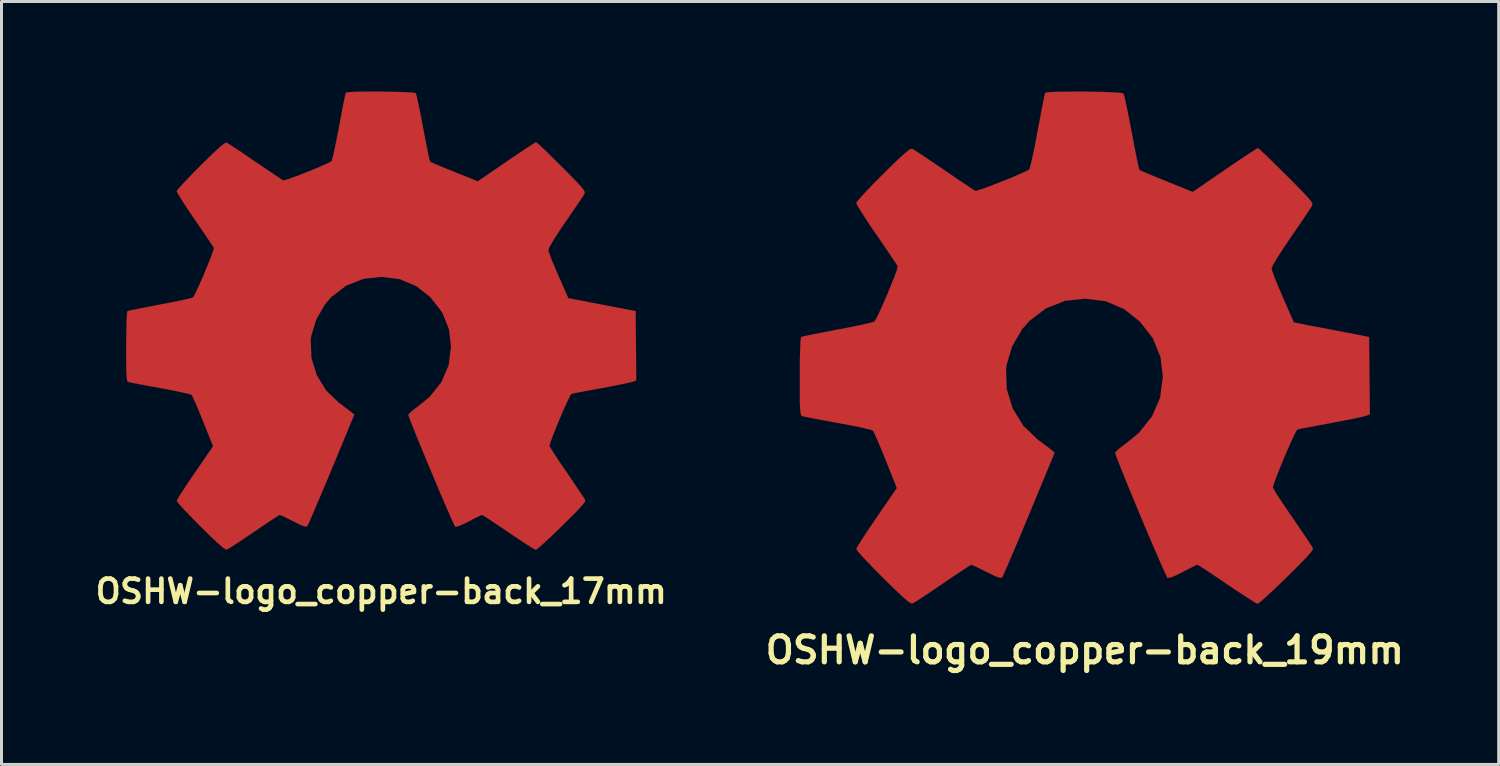
<source format=kicad_pcb>
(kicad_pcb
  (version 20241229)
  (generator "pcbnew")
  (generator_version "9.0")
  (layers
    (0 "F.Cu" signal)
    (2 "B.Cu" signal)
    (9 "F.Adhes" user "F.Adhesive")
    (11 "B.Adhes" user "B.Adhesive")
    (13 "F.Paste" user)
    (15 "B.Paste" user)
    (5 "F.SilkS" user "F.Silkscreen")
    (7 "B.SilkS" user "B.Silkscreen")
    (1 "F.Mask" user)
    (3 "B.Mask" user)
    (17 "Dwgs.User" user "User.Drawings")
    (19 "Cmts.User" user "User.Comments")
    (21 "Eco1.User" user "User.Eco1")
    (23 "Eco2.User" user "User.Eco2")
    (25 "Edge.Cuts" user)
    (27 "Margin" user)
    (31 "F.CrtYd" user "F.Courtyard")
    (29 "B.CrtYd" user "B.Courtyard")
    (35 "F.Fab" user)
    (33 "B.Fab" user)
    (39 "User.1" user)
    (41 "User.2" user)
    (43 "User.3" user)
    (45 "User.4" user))
  (footprint "OSHW-logo_copper-back_19mm"
    (layer "F.Cu")
    (at 33.101 8.538)
    (property "Reference" "OSHW-logo_copper-back_19mm" (at 0 10.076 0) (layer "F.SilkS") (effects (font (size 0.866 0.866) (thickness 0.173))))
    (attr through_hole)
    (fp_poly (pts (xy 5.761 8.534) (xy 5.659 8.484) (xy 5.438 8.341) (xy 5.121 8.136) (xy 4.745 7.884) (xy 4.369 7.628) (xy 4.059 7.422) (xy 3.843 7.282) (xy 3.754 7.231) (xy 3.703 7.249) (xy 3.526 7.336) (xy 3.266 7.47) (xy 3.114 7.549) (xy 2.875 7.653) (xy 2.758 7.673) (xy 2.738 7.64) (xy 2.652 7.457) (xy 2.515 7.148) (xy 2.334 6.734) (xy 2.129 6.253) (xy 1.91 5.733) (xy 1.689 5.202) (xy 1.478 4.696) (xy 1.293 4.242) (xy 1.146 3.871) (xy 1.046 3.614) (xy 1.011 3.505) (xy 1.021 3.48) (xy 1.14 3.365) (xy 1.349 3.208) (xy 1.796 2.845) (xy 2.24 2.291) (xy 2.512 1.661) (xy 2.601 0.963) (xy 2.525 0.315) (xy 2.271 -0.312) (xy 1.836 -0.871) (xy 1.311 -1.288) (xy 0.693 -1.552) (xy 0.003 -1.636) (xy -0.663 -1.562) (xy -1.3 -1.311) (xy -1.859 -0.884) (xy -2.095 -0.61) (xy -2.423 -0.043) (xy -2.606 0.566) (xy -2.626 0.721) (xy -2.601 1.387) (xy -2.403 2.027) (xy -2.05 2.601) (xy -1.562 3.068) (xy -1.501 3.111) (xy -1.273 3.282) (xy -1.12 3.399) (xy -1.003 3.495) (xy -1.852 5.542) (xy -1.989 5.867) (xy -2.22 6.426) (xy -2.426 6.906) (xy -2.591 7.29) (xy -2.703 7.546) (xy -2.753 7.648) (xy -2.758 7.656) (xy -2.832 7.668) (xy -2.99 7.612) (xy -3.274 7.473) (xy -3.465 7.376) (xy -3.68 7.272) (xy -3.78 7.231) (xy -3.861 7.277) (xy -4.069 7.414) (xy -4.374 7.615) (xy -4.74 7.864) (xy -5.088 8.1) (xy -5.408 8.313) (xy -5.641 8.463) (xy -5.753 8.522) (xy -5.773 8.522) (xy -5.875 8.466) (xy -6.055 8.313) (xy -6.335 8.049) (xy -6.731 7.661) (xy -6.789 7.602) (xy -7.115 7.272) (xy -7.376 6.995) (xy -7.554 6.8) (xy -7.617 6.708) (xy -7.559 6.596) (xy -7.412 6.365) (xy -7.198 6.04) (xy -6.939 5.659) (xy -6.264 4.676) (xy -6.634 3.747) (xy -6.749 3.465) (xy -6.894 3.119) (xy -7.003 2.873) (xy -7.056 2.766) (xy -7.158 2.728) (xy -7.414 2.667) (xy -7.78 2.591) (xy -8.219 2.51) (xy -8.639 2.433) (xy -9.017 2.362) (xy -9.291 2.309) (xy -9.413 2.283) (xy -9.444 2.266) (xy -9.467 2.207) (xy -9.484 2.078) (xy -9.495 1.847) (xy -9.497 1.486) (xy -9.497 0.963) (xy -9.497 0.907) (xy -9.495 0.406) (xy -9.484 0.008) (xy -9.472 -0.254) (xy -9.454 -0.358) (xy -9.451 -0.358) (xy -9.335 -0.389) (xy -9.068 -0.445) (xy -8.689 -0.518) (xy -8.237 -0.605) (xy -8.209 -0.61) (xy -7.76 -0.696) (xy -7.384 -0.775) (xy -7.122 -0.836) (xy -7.01 -0.869) (xy -6.988 -0.902) (xy -6.896 -1.077) (xy -6.767 -1.356) (xy -6.617 -1.697) (xy -6.472 -2.05) (xy -6.345 -2.365) (xy -6.259 -2.603) (xy -6.233 -2.71) (xy -6.233 -2.713) (xy -6.302 -2.822) (xy -6.457 -3.053) (xy -6.675 -3.376) (xy -6.937 -3.759) (xy -6.957 -3.787) (xy -7.216 -4.168) (xy -7.424 -4.488) (xy -7.564 -4.717) (xy -7.617 -4.821) (xy -7.615 -4.829) (xy -7.531 -4.94) (xy -7.336 -5.156) (xy -7.061 -5.446) (xy -6.728 -5.781) (xy -6.622 -5.885) (xy -6.253 -6.246) (xy -5.994 -6.482) (xy -5.837 -6.607) (xy -5.761 -6.634) (xy -5.756 -6.634) (xy -5.641 -6.563) (xy -5.403 -6.408) (xy -5.077 -6.187) (xy -4.691 -5.926) (xy -4.663 -5.908) (xy -4.285 -5.649) (xy -3.967 -5.436) (xy -3.744 -5.286) (xy -3.645 -5.227) (xy -3.63 -5.227) (xy -3.475 -5.273) (xy -3.205 -5.367) (xy -2.873 -5.497) (xy -2.52 -5.636) (xy -2.202 -5.771) (xy -1.961 -5.88) (xy -1.849 -5.944) (xy -1.847 -5.951) (xy -1.806 -6.086) (xy -1.74 -6.37) (xy -1.659 -6.761) (xy -1.572 -7.226) (xy -1.557 -7.303) (xy -1.471 -7.755) (xy -1.4 -8.128) (xy -1.346 -8.387) (xy -1.321 -8.494) (xy -1.255 -8.509) (xy -1.034 -8.524) (xy -0.696 -8.532) (xy -0.287 -8.537) (xy 0.145 -8.534) (xy 0.564 -8.527) (xy 0.922 -8.512) (xy 1.179 -8.496) (xy 1.285 -8.473) (xy 1.29 -8.468) (xy 1.331 -8.329) (xy 1.392 -8.042) (xy 1.473 -7.648) (xy 1.562 -7.183) (xy 1.577 -7.102) (xy 1.664 -6.65) (xy 1.737 -6.279) (xy 1.793 -6.025) (xy 1.821 -5.926) (xy 1.862 -5.903) (xy 2.05 -5.822) (xy 2.352 -5.697) (xy 2.725 -5.545) (xy 3.597 -5.192) (xy 4.661 -5.923) (xy 4.76 -5.989) (xy 5.144 -6.251) (xy 5.458 -6.459) (xy 5.679 -6.601) (xy 5.768 -6.655) (xy 5.776 -6.65) (xy 5.883 -6.556) (xy 6.093 -6.358) (xy 6.38 -6.078) (xy 6.718 -5.743) (xy 6.967 -5.494) (xy 7.259 -5.194) (xy 7.447 -4.994) (xy 7.549 -4.867) (xy 7.584 -4.788) (xy 7.574 -4.735) (xy 7.506 -4.628) (xy 7.351 -4.392) (xy 7.13 -4.069) (xy 6.871 -3.691) (xy 6.657 -3.376) (xy 6.426 -3.018) (xy 6.274 -2.761) (xy 6.223 -2.637) (xy 6.236 -2.586) (xy 6.309 -2.377) (xy 6.436 -2.062) (xy 6.596 -1.687) (xy 6.967 -0.843) (xy 7.521 -0.734) (xy 7.856 -0.671) (xy 8.324 -0.582) (xy 8.776 -0.495) (xy 9.474 -0.358) (xy 9.5 2.217) (xy 9.39 2.263) (xy 9.289 2.291) (xy 9.027 2.349) (xy 8.656 2.423) (xy 8.219 2.507) (xy 7.846 2.576) (xy 7.473 2.647) (xy 7.203 2.697) (xy 7.084 2.725) (xy 7.054 2.766) (xy 6.96 2.946) (xy 6.828 3.236) (xy 6.678 3.581) (xy 6.525 3.945) (xy 6.396 4.275) (xy 6.302 4.529) (xy 6.266 4.661) (xy 6.32 4.757) (xy 6.459 4.981) (xy 6.668 5.293) (xy 6.924 5.667) (xy 7.178 6.04) (xy 7.394 6.358) (xy 7.544 6.589) (xy 7.605 6.693) (xy 7.574 6.764) (xy 7.424 6.944) (xy 7.145 7.236) (xy 6.726 7.65) (xy 6.657 7.717) (xy 6.325 8.037) (xy 6.043 8.296) (xy 5.847 8.471) (xy 5.761 8.534)) (stroke (width 0.003) (type solid)) (fill yes) (layer "F.Cu")))
  (footprint "OSHW-logo_copper-back_17mm"
    (layer "F.Cu")
    (at 9.654 7.639)
    (property "Reference" "OSHW-logo_copper-back_17mm" (at 0 9.017 0) (layer "F.SilkS") (effects (font (size 0.775 0.775) (thickness 0.155))))
    (attr through_hole)
    (fp_poly (pts (xy 5.154 7.635) (xy 5.065 7.59) (xy 4.864 7.465) (xy 4.582 7.28) (xy 4.247 7.054) (xy 3.909 6.825) (xy 3.632 6.64) (xy 3.439 6.515) (xy 3.358 6.472) (xy 3.315 6.487) (xy 3.152 6.563) (xy 2.921 6.685) (xy 2.786 6.754) (xy 2.573 6.845) (xy 2.469 6.866) (xy 2.451 6.835) (xy 2.372 6.673) (xy 2.25 6.396) (xy 2.09 6.025) (xy 1.905 5.596) (xy 1.709 5.128) (xy 1.511 4.656) (xy 1.323 4.201) (xy 1.158 3.795) (xy 1.024 3.465) (xy 0.935 3.236) (xy 0.904 3.134) (xy 0.914 3.114) (xy 1.021 3.01) (xy 1.206 2.87) (xy 1.608 2.545) (xy 2.004 2.05) (xy 2.248 1.486) (xy 2.327 0.861) (xy 2.258 0.282) (xy 2.032 -0.279) (xy 1.643 -0.78) (xy 1.171 -1.153) (xy 0.62 -1.387) (xy 0.003 -1.463) (xy -0.592 -1.397) (xy -1.163 -1.173) (xy -1.664 -0.79) (xy -1.875 -0.546) (xy -2.167 -0.038) (xy -2.332 0.505) (xy -2.349 0.645) (xy -2.327 1.242) (xy -2.149 1.814) (xy -1.834 2.327) (xy -1.397 2.746) (xy -1.341 2.784) (xy -1.138 2.936) (xy -1.003 3.04) (xy -0.897 3.127) (xy -1.656 4.958) (xy -1.778 5.25) (xy -1.986 5.748) (xy -2.172 6.18) (xy -2.316 6.523) (xy -2.418 6.751) (xy -2.464 6.843) (xy -2.469 6.848) (xy -2.535 6.861) (xy -2.675 6.81) (xy -2.929 6.685) (xy -3.099 6.599) (xy -3.292 6.505) (xy -3.381 6.472) (xy -3.454 6.51) (xy -3.642 6.632) (xy -3.914 6.815) (xy -4.242 7.036) (xy -4.552 7.247) (xy -4.839 7.437) (xy -5.05 7.572) (xy -5.149 7.625) (xy -5.164 7.625) (xy -5.255 7.574) (xy -5.418 7.437) (xy -5.669 7.203) (xy -6.022 6.853) (xy -6.076 6.802) (xy -6.365 6.505) (xy -6.601 6.259) (xy -6.759 6.083) (xy -6.815 6.002) (xy -6.764 5.903) (xy -6.632 5.695) (xy -6.441 5.405) (xy -6.21 5.065) (xy -5.603 4.183) (xy -5.936 3.353) (xy -6.038 3.099) (xy -6.167 2.789) (xy -6.266 2.57) (xy -6.314 2.474) (xy -6.406 2.441) (xy -6.632 2.388) (xy -6.962 2.319) (xy -7.356 2.245) (xy -7.729 2.177) (xy -8.07 2.113) (xy -8.313 2.065) (xy -8.423 2.042) (xy -8.448 2.027) (xy -8.471 1.974) (xy -8.486 1.859) (xy -8.494 1.654) (xy -8.499 1.328) (xy -8.499 0.861) (xy -8.499 0.81) (xy -8.494 0.363) (xy -8.486 0.008) (xy -8.473 -0.229) (xy -8.458 -0.32) (xy -8.456 -0.32) (xy -8.352 -0.348) (xy -8.113 -0.396) (xy -7.775 -0.462) (xy -7.371 -0.541) (xy -7.346 -0.546) (xy -6.944 -0.622) (xy -6.607 -0.693) (xy -6.37 -0.747) (xy -6.271 -0.777) (xy -6.251 -0.808) (xy -6.17 -0.963) (xy -6.055 -1.214) (xy -5.921 -1.516) (xy -5.791 -1.834) (xy -5.677 -2.116) (xy -5.601 -2.329) (xy -5.575 -2.426) (xy -5.578 -2.428) (xy -5.639 -2.525) (xy -5.776 -2.731) (xy -5.972 -3.02) (xy -6.208 -3.363) (xy -6.226 -3.388) (xy -6.457 -3.729) (xy -6.642 -4.016) (xy -6.769 -4.221) (xy -6.815 -4.313) (xy -6.815 -4.321) (xy -6.739 -4.42) (xy -6.563 -4.613) (xy -6.317 -4.872) (xy -6.02 -5.171) (xy -5.926 -5.265) (xy -5.596 -5.588) (xy -5.364 -5.799) (xy -5.222 -5.911) (xy -5.154 -5.936) (xy -5.151 -5.936) (xy -5.05 -5.872) (xy -4.834 -5.733) (xy -4.542 -5.537) (xy -4.199 -5.301) (xy -4.173 -5.286) (xy -3.835 -5.055) (xy -3.551 -4.864) (xy -3.35 -4.729) (xy -3.261 -4.676) (xy -3.246 -4.676) (xy -3.109 -4.717) (xy -2.868 -4.803) (xy -2.57 -4.917) (xy -2.256 -5.044) (xy -1.971 -5.164) (xy -1.755 -5.263) (xy -1.654 -5.319) (xy -1.651 -5.324) (xy -1.615 -5.446) (xy -1.557 -5.7) (xy -1.486 -6.05) (xy -1.405 -6.467) (xy -1.392 -6.533) (xy -1.316 -6.939) (xy -1.252 -7.272) (xy -1.204 -7.503) (xy -1.181 -7.6) (xy -1.123 -7.612) (xy -0.925 -7.628) (xy -0.622 -7.635) (xy -0.257 -7.638) (xy 0.13 -7.635) (xy 0.505 -7.628) (xy 0.826 -7.617) (xy 1.054 -7.602) (xy 1.151 -7.582) (xy 1.156 -7.577) (xy 1.189 -7.45) (xy 1.245 -7.196) (xy 1.318 -6.843) (xy 1.397 -6.426) (xy 1.412 -6.353) (xy 1.488 -5.949) (xy 1.554 -5.618) (xy 1.603 -5.39) (xy 1.631 -5.301) (xy 1.666 -5.281) (xy 1.834 -5.21) (xy 2.103 -5.095) (xy 2.438 -4.961) (xy 3.218 -4.646) (xy 4.171 -5.298) (xy 4.26 -5.359) (xy 4.602 -5.593) (xy 4.884 -5.779) (xy 5.08 -5.905) (xy 5.161 -5.954) (xy 5.166 -5.949) (xy 5.263 -5.867) (xy 5.453 -5.69) (xy 5.71 -5.438) (xy 6.012 -5.138) (xy 6.233 -4.917) (xy 6.495 -4.648) (xy 6.662 -4.468) (xy 6.754 -4.354) (xy 6.784 -4.282) (xy 6.777 -4.237) (xy 6.716 -4.14) (xy 6.576 -3.929) (xy 6.378 -3.64) (xy 6.147 -3.302) (xy 5.956 -3.02) (xy 5.748 -2.7) (xy 5.613 -2.471) (xy 5.568 -2.36) (xy 5.578 -2.314) (xy 5.644 -2.126) (xy 5.758 -1.844) (xy 5.903 -1.509) (xy 6.233 -0.754) (xy 6.731 -0.658) (xy 7.028 -0.599) (xy 7.447 -0.521) (xy 7.851 -0.442) (xy 8.479 -0.32) (xy 8.499 1.984) (xy 8.402 2.027) (xy 8.311 2.05) (xy 8.077 2.103) (xy 7.747 2.169) (xy 7.356 2.243) (xy 7.021 2.304) (xy 6.685 2.367) (xy 6.444 2.413) (xy 6.337 2.438) (xy 6.309 2.474) (xy 6.226 2.637) (xy 6.109 2.896) (xy 5.974 3.205) (xy 5.839 3.528) (xy 5.723 3.825) (xy 5.639 4.051) (xy 5.608 4.171) (xy 5.654 4.257) (xy 5.779 4.455) (xy 5.966 4.737) (xy 6.195 5.07) (xy 6.421 5.405) (xy 6.614 5.69) (xy 6.749 5.895) (xy 6.805 5.989) (xy 6.777 6.053) (xy 6.642 6.213) (xy 6.393 6.474) (xy 6.017 6.845) (xy 5.956 6.904) (xy 5.659 7.191) (xy 5.408 7.422) (xy 5.23 7.579) (xy 5.154 7.635)) (stroke (width 0.003) (type solid)) (fill yes) (layer "F.Cu")))
  (gr_rect
    (start -3 -3)
    (end 46.894 22.424)
    (stroke (width 0.1) (type default))
    (fill no)
    (layer "Edge.Cuts")))
</source>
